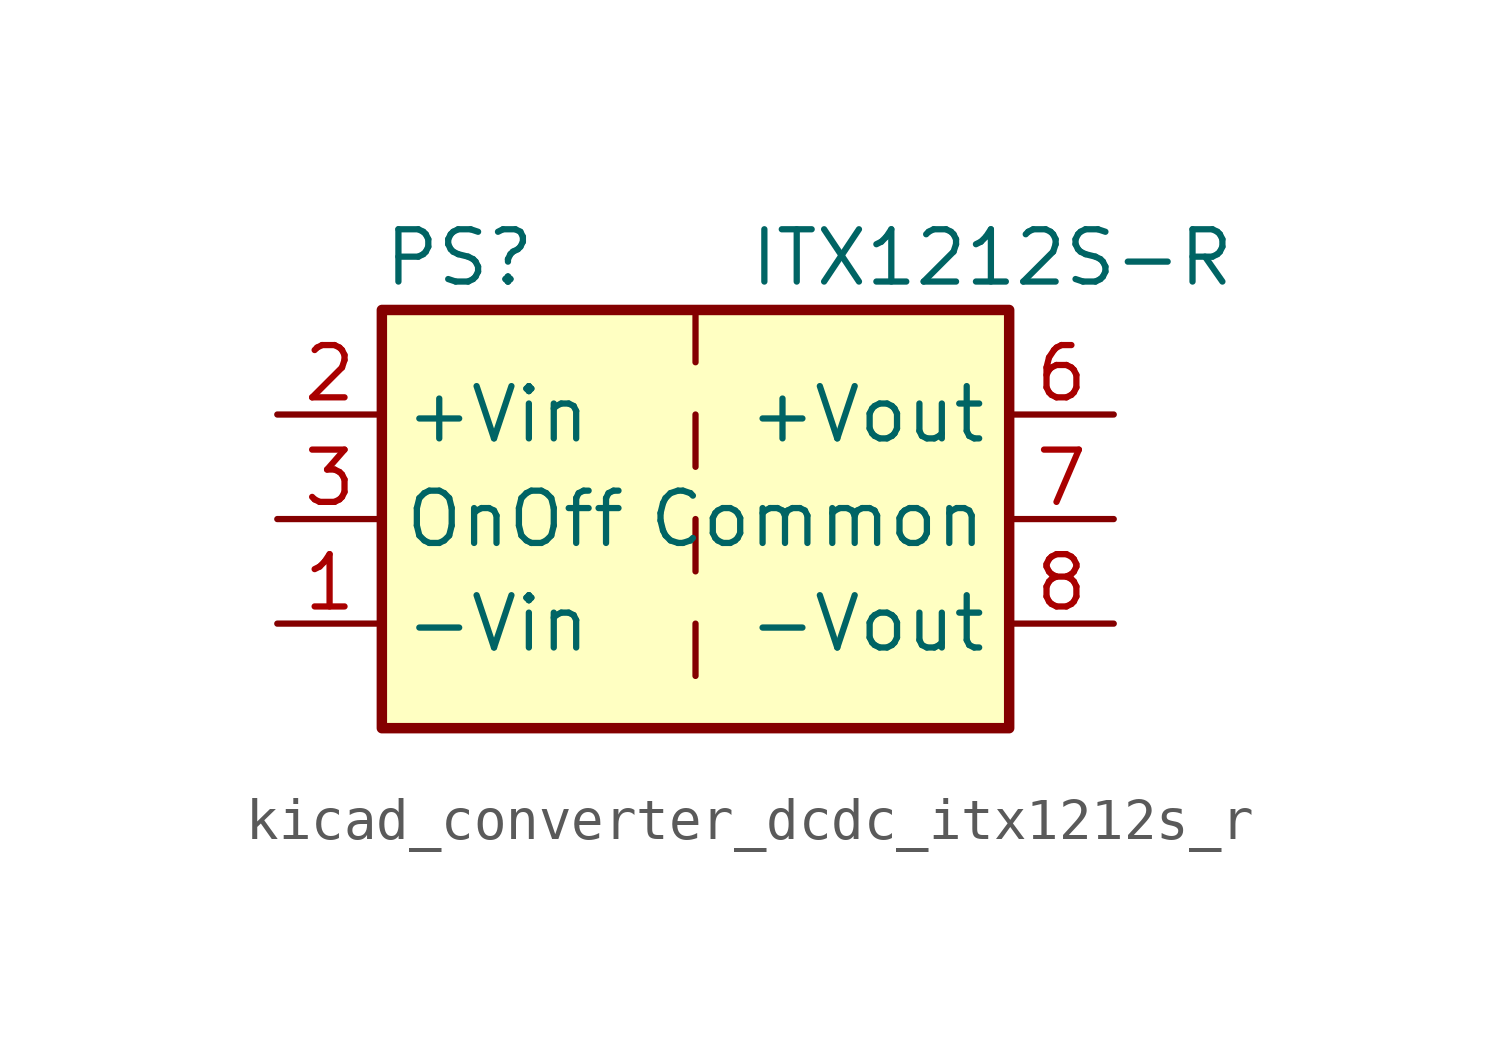
<source format=kicad_sym>
(kicad_symbol_lib
  (version 20220914)
  (generator kicad_symbol_editor)
  (symbol "kicad_converter_dcdc_itx1212s_r"
    (property "Reference" "PS"
      (at -7.62 6.35 0)
      (effects (font (size 1.27 1.27)) (justify left)))
    (property "Value" "ITX1212S-R"
      (at 1.27 6.35 0)
      (effects (font (size 1.27 1.27)) (justify left)))
    (symbol "kicad_converter_dcdc_itx1212s_r_0_0"
      (pin power_in line (at -10.16 -2.54 0) (length 2.54) (name "-Vin" (effects (font (size 1.27 1.27)))) (number "1" (effects (font (size 1.27 1.27)))))
      (pin power_in line (at -10.16 2.54 0) (length 2.54) (name "+Vin" (effects (font (size 1.27 1.27)))) (number "2" (effects (font (size 1.27 1.27)))))
      (pin input line (at -10.16 0 0) (length 2.54) (name "OnOff" (effects (font (size 1.27 1.27)))) (number "3" (effects (font (size 1.27 1.27)))))
      (pin no_connect line (at 0 5.08 270) (length 2.54) hide (name "NC" (effects (font (size 1.27 1.27)))) (number "5" (effects (font (size 1.27 1.27)))))
      (pin power_out line (at 10.16 2.54 180) (length 2.54) (name "+Vout" (effects (font (size 1.27 1.27)))) (number "6" (effects (font (size 1.27 1.27)))))
      (pin power_out line (at 10.16 0 180) (length 2.54) (name "Common" (effects (font (size 1.27 1.27)))) (number "7" (effects (font (size 1.27 1.27)))))
      (pin power_out line (at 10.16 -2.54 180) (length 2.54) (name "-Vout" (effects (font (size 1.27 1.27)))) (number "8" (effects (font (size 1.27 1.27))))))
    (symbol "kicad_converter_dcdc_itx1212s_r_0_1"
      (rectangle (start -7.62 5.08) (end 7.62 -5.08) (stroke (width 0.254) (type default)) (fill (type background)))
      (polyline (pts (xy 0 -2.54) (xy 0 -3.81)) (stroke (width 0) (type default)) (fill (type none)))
      (polyline (pts (xy 0 0) (xy 0 -1.27)) (stroke (width 0) (type default)) (fill (type none)))
      (polyline (pts (xy 0 2.54) (xy 0 1.27)) (stroke (width 0) (type default)) (fill (type none)))
      (polyline (pts (xy 0 5.08) (xy 0 3.81)) (stroke (width 0) (type default)) (fill (type none))))))
</source>
